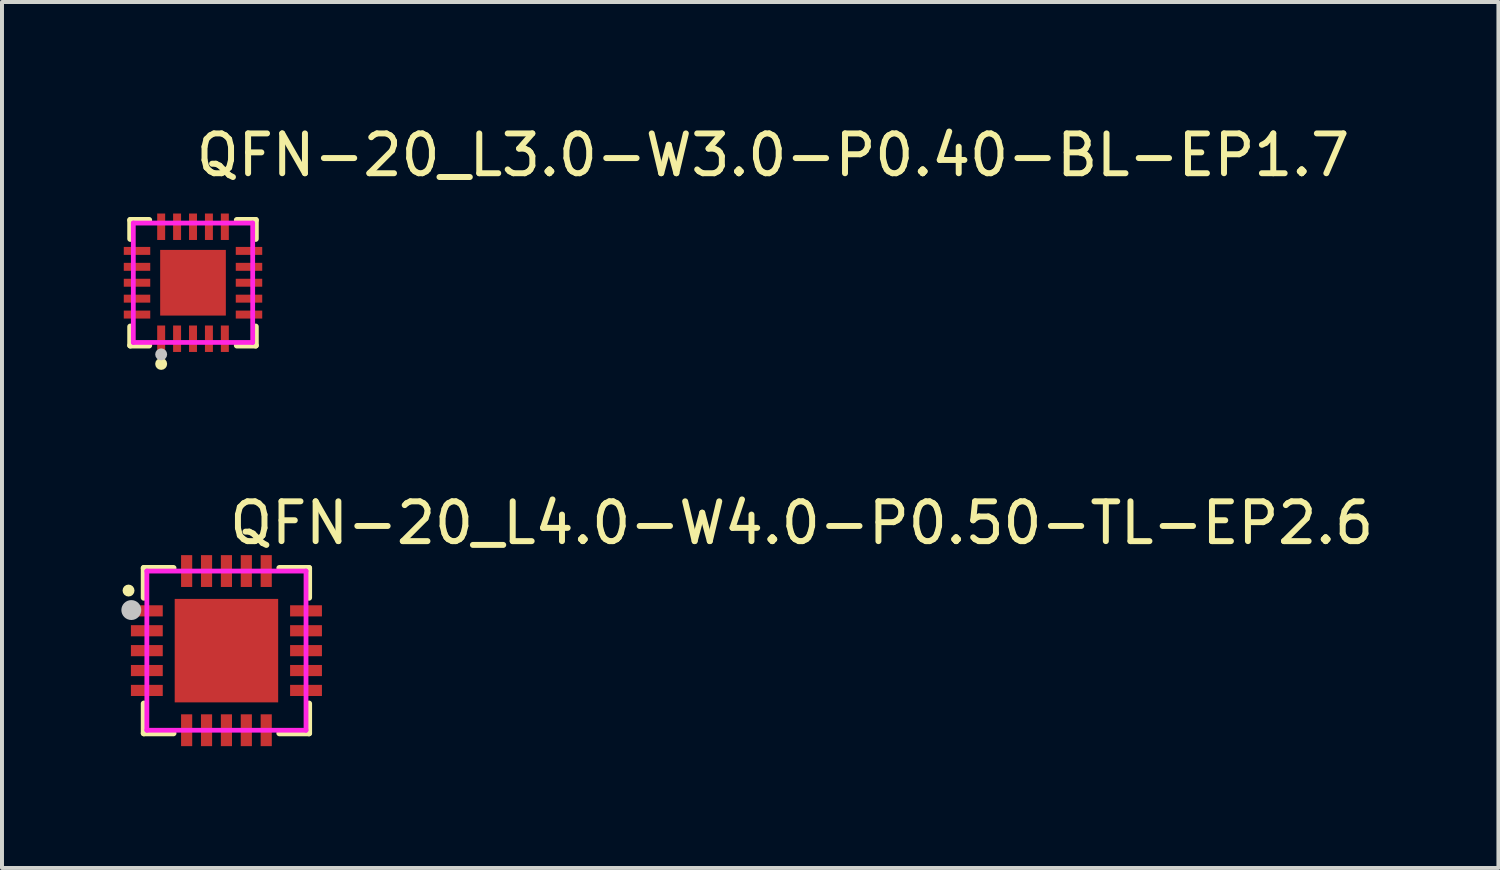
<source format=kicad_pcb>
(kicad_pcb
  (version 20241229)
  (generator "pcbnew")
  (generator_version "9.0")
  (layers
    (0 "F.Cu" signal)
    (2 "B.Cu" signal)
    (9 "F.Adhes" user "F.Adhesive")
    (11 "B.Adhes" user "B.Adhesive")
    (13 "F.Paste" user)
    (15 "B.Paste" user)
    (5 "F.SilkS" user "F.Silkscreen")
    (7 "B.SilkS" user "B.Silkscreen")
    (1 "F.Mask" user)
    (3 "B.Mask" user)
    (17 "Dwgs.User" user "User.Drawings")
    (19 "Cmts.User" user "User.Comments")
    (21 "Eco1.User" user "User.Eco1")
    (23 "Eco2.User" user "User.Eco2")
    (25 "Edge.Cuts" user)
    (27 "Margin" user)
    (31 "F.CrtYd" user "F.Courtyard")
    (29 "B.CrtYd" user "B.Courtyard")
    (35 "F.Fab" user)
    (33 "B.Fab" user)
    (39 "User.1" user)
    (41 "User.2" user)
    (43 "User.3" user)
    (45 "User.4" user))
  (footprint "QFN-20_L3.0-W3.0-P0.40-BL-EP1.7"
    (layer "F.Cu")
    (at 1.8 4.055)
    (property "Reference" "QFN-20_L3.0-W3.0-P0.40-BL-EP1.7" (at 0 -3.207 0) (layer "F.SilkS") (effects (font (size 1 1) (thickness 0.15)) (justify left)))
    (attr through_hole)
    (fp_line (start -1.576 -1.576) (end -1.103 -1.576) (stroke (width 0.152) (type solid)) (layer "F.SilkS"))
    (fp_line (start -1.576 -1.103) (end -1.576 -1.576) (stroke (width 0.152) (type solid)) (layer "F.SilkS"))
    (fp_line (start -1.576 1.103) (end -1.576 1.576) (stroke (width 0.152) (type solid)) (layer "F.SilkS"))
    (fp_line (start -1.576 1.576) (end -1.103 1.576) (stroke (width 0.152) (type solid)) (layer "F.SilkS"))
    (fp_line (start 1.576 -1.576) (end 1.103 -1.576) (stroke (width 0.152) (type solid)) (layer "F.SilkS"))
    (fp_line (start 1.576 -1.103) (end 1.576 -1.576) (stroke (width 0.152) (type solid)) (layer "F.SilkS"))
    (fp_line (start 1.576 1.103) (end 1.576 1.576) (stroke (width 0.152) (type solid)) (layer "F.SilkS"))
    (fp_line (start 1.576 1.576) (end 1.103 1.576) (stroke (width 0.152) (type solid)) (layer "F.SilkS"))
    (fp_circle (center -0.8 2.04) (end -0.725 2.04) (stroke (width 0.15) (type solid)) (fill no) (layer "F.SilkS"))
    (fp_poly (pts (xy -1.74 -0.9) (xy -1.075 -0.9) (xy -1.075 -0.7) (xy -1.74 -0.7)) (stroke (width 0.12) (type solid)) (fill yes) (layer "F.Paste"))
    (fp_poly (pts (xy -1.74 -0.5) (xy -1.075 -0.5) (xy -1.075 -0.3) (xy -1.74 -0.3)) (stroke (width 0.12) (type solid)) (fill yes) (layer "F.Paste"))
    (fp_poly (pts (xy -1.74 -0.1) (xy -1.075 -0.1) (xy -1.075 0.1) (xy -1.74 0.1)) (stroke (width 0.12) (type solid)) (fill yes) (layer "F.Paste"))
    (fp_poly (pts (xy -1.74 0.3) (xy -1.075 0.3) (xy -1.075 0.5) (xy -1.74 0.5)) (stroke (width 0.12) (type solid)) (fill yes) (layer "F.Paste"))
    (fp_poly (pts (xy -1.74 0.7) (xy -1.075 0.7) (xy -1.075 0.9) (xy -1.74 0.9)) (stroke (width 0.12) (type solid)) (fill yes) (layer "F.Paste"))
    (fp_poly (pts (xy -0.9 -1.74) (xy -0.7 -1.74) (xy -0.7 -1.075) (xy -0.9 -1.075)) (stroke (width 0.12) (type solid)) (fill yes) (layer "F.Paste"))
    (fp_poly (pts (xy -0.9 1.075) (xy -0.7 1.075) (xy -0.7 1.74) (xy -0.9 1.74)) (stroke (width 0.12) (type solid)) (fill yes) (layer "F.Paste"))
    (fp_poly (pts (xy -0.66 -0.66) (xy 0.66 -0.66) (xy 0.66 0.66) (xy -0.66 0.66)) (stroke (width 0.12) (type solid)) (fill yes) (layer "F.Paste"))
    (fp_poly (pts (xy -0.5 -1.74) (xy -0.3 -1.74) (xy -0.3 -1.075) (xy -0.5 -1.075)) (stroke (width 0.12) (type solid)) (fill yes) (layer "F.Paste"))
    (fp_poly (pts (xy -0.5 1.075) (xy -0.3 1.075) (xy -0.3 1.74) (xy -0.5 1.74)) (stroke (width 0.12) (type solid)) (fill yes) (layer "F.Paste"))
    (fp_poly (pts (xy -0.1 -1.74) (xy 0.1 -1.74) (xy 0.1 -1.075) (xy -0.1 -1.075)) (stroke (width 0.12) (type solid)) (fill yes) (layer "F.Paste"))
    (fp_poly (pts (xy -0.1 1.075) (xy 0.1 1.075) (xy 0.1 1.74) (xy -0.1 1.74)) (stroke (width 0.12) (type solid)) (fill yes) (layer "F.Paste"))
    (fp_poly (pts (xy 0.3 -1.74) (xy 0.5 -1.74) (xy 0.5 -1.075) (xy 0.3 -1.075)) (stroke (width 0.12) (type solid)) (fill yes) (layer "F.Paste"))
    (fp_poly (pts (xy 0.3 1.075) (xy 0.5 1.075) (xy 0.5 1.74) (xy 0.3 1.74)) (stroke (width 0.12) (type solid)) (fill yes) (layer "F.Paste"))
    (fp_poly (pts (xy 0.7 -1.74) (xy 0.9 -1.74) (xy 0.9 -1.075) (xy 0.7 -1.075)) (stroke (width 0.12) (type solid)) (fill yes) (layer "F.Paste"))
    (fp_poly (pts (xy 0.7 1.075) (xy 0.9 1.075) (xy 0.9 1.74) (xy 0.7 1.74)) (stroke (width 0.12) (type solid)) (fill yes) (layer "F.Paste"))
    (fp_poly (pts (xy 1.075 -0.9) (xy 1.74 -0.9) (xy 1.74 -0.7) (xy 1.075 -0.7)) (stroke (width 0.12) (type solid)) (fill yes) (layer "F.Paste"))
    (fp_poly (pts (xy 1.075 -0.5) (xy 1.74 -0.5) (xy 1.74 -0.3) (xy 1.075 -0.3)) (stroke (width 0.12) (type solid)) (fill yes) (layer "F.Paste"))
    (fp_poly (pts (xy 1.075 -0.1) (xy 1.74 -0.1) (xy 1.74 0.1) (xy 1.075 0.1)) (stroke (width 0.12) (type solid)) (fill yes) (layer "F.Paste"))
    (fp_poly (pts (xy 1.075 0.3) (xy 1.74 0.3) (xy 1.74 0.5) (xy 1.075 0.5)) (stroke (width 0.12) (type solid)) (fill yes) (layer "F.Paste"))
    (fp_poly (pts (xy 1.075 0.7) (xy 1.74 0.7) (xy 1.74 0.9) (xy 1.075 0.9)) (stroke (width 0.12) (type solid)) (fill yes) (layer "F.Paste"))
    (fp_circle (center -0.8 1.8) (end -0.725 1.8) (stroke (width 0.15) (type solid)) (fill no) (layer "Dwgs.User"))
    (fp_circle (center -1.5 1.5) (end -1.47 1.5) (stroke (width 0.06) (type solid)) (fill no) (layer "Eco2.User"))
    (fp_poly (pts (xy -1.1 -0.7) (xy -1.1 -0.9) (xy -1.5 -0.9) (xy -1.5 -0.7)) (stroke (width 0.12) (type solid)) (fill no) (layer "Eco2.User"))
    (fp_poly (pts (xy -1.1 -0.3) (xy -1.1 -0.5) (xy -1.5 -0.5) (xy -1.5 -0.3)) (stroke (width 0.12) (type solid)) (fill no) (layer "Eco2.User"))
    (fp_poly (pts (xy -1.1 0.1) (xy -1.1 -0.1) (xy -1.5 -0.1) (xy -1.5 0.1)) (stroke (width 0.12) (type solid)) (fill no) (layer "Eco2.User"))
    (fp_poly (pts (xy -1.1 0.5) (xy -1.1 0.3) (xy -1.5 0.3) (xy -1.5 0.5)) (stroke (width 0.12) (type solid)) (fill no) (layer "Eco2.User"))
    (fp_poly (pts (xy -1.1 0.9) (xy -1.1 0.7) (xy -1.5 0.7) (xy -1.5 0.9)) (stroke (width 0.12) (type solid)) (fill no) (layer "Eco2.User"))
    (fp_poly (pts (xy -0.9 -1.5) (xy -0.9 -1.1) (xy -0.7 -1.1) (xy -0.7 -1.5)) (stroke (width 0.12) (type solid)) (fill no) (layer "Eco2.User"))
    (fp_poly (pts (xy -0.9 1.5) (xy -0.9 1.1) (xy -0.7 1.1) (xy -0.7 1.5)) (stroke (width 0.12) (type solid)) (fill no) (layer "Eco2.User"))
    (fp_poly (pts (xy -0.5 -1.5) (xy -0.5 -1.1) (xy -0.3 -1.1) (xy -0.3 -1.5)) (stroke (width 0.12) (type solid)) (fill no) (layer "Eco2.User"))
    (fp_poly (pts (xy -0.5 1.5) (xy -0.5 1.1) (xy -0.3 1.1) (xy -0.3 1.5)) (stroke (width 0.12) (type solid)) (fill no) (layer "Eco2.User"))
    (fp_poly (pts (xy -0.1 -1.5) (xy -0.1 -1.1) (xy 0.1 -1.1) (xy 0.1 -1.5)) (stroke (width 0.12) (type solid)) (fill no) (layer "Eco2.User"))
    (fp_poly (pts (xy -0.1 1.5) (xy -0.1 1.1) (xy 0.1 1.1) (xy 0.1 1.5)) (stroke (width 0.12) (type solid)) (fill no) (layer "Eco2.User"))
    (fp_poly (pts (xy 0.3 -1.5) (xy 0.3 -1.1) (xy 0.5 -1.1) (xy 0.5 -1.5)) (stroke (width 0.12) (type solid)) (fill no) (layer "Eco2.User"))
    (fp_poly (pts (xy 0.3 1.5) (xy 0.3 1.1) (xy 0.5 1.1) (xy 0.5 1.5)) (stroke (width 0.12) (type solid)) (fill no) (layer "Eco2.User"))
    (fp_poly (pts (xy 0.7 -1.5) (xy 0.7 -1.1) (xy 0.9 -1.1) (xy 0.9 -1.5)) (stroke (width 0.12) (type solid)) (fill no) (layer "Eco2.User"))
    (fp_poly (pts (xy 0.7 1.5) (xy 0.7 1.1) (xy 0.9 1.1) (xy 0.9 1.5)) (stroke (width 0.12) (type solid)) (fill no) (layer "Eco2.User"))
    (fp_poly (pts (xy 1.1 -0.7) (xy 1.1 -0.9) (xy 1.5 -0.9) (xy 1.5 -0.7)) (stroke (width 0.12) (type solid)) (fill no) (layer "Eco2.User"))
    (fp_poly (pts (xy 1.1 -0.3) (xy 1.1 -0.5) (xy 1.5 -0.5) (xy 1.5 -0.3)) (stroke (width 0.12) (type solid)) (fill no) (layer "Eco2.User"))
    (fp_poly (pts (xy 1.1 0.1) (xy 1.1 -0.1) (xy 1.5 -0.1) (xy 1.5 0.1)) (stroke (width 0.12) (type solid)) (fill no) (layer "Eco2.User"))
    (fp_poly (pts (xy 1.1 0.5) (xy 1.1 0.3) (xy 1.5 0.3) (xy 1.5 0.5)) (stroke (width 0.12) (type solid)) (fill no) (layer "Eco2.User"))
    (fp_poly (pts (xy 1.1 0.9) (xy 1.1 0.7) (xy 1.5 0.7) (xy 1.5 0.9)) (stroke (width 0.12) (type solid)) (fill no) (layer "Eco2.User"))
    (fp_poly (pts (xy -0.825 0.6) (xy -0.825 -0.825) (xy 0.825 -0.825) (xy 0.825 0.825) (xy -0.6 0.82)) (stroke (width 0.12) (type solid)) (fill no) (layer "Eco2.User"))
    (fp_line (start -1.5 -1.5) (end 1.5 -1.5) (stroke (width 0.12) (type solid)) (layer "F.CrtYd"))
    (fp_line (start -1.5 1.5) (end -1.5 -1.5) (stroke (width 0.12) (type solid)) (layer "F.CrtYd"))
    (fp_line (start 1.5 -1.5) (end 1.5 1.5) (stroke (width 0.12) (type solid)) (layer "F.CrtYd"))
    (fp_line (start 1.5 1.5) (end -1.5 1.5) (stroke (width 0.12) (type solid)) (layer "F.CrtYd"))
    (pad "1" smd rect (at -0.8 1.407) (size 0.2 0.665) (layers "F.Cu" "F.Mask" "F.Paste"))
    (pad "2" smd rect (at -0.4 1.407) (size 0.2 0.665) (layers "F.Cu" "F.Mask" "F.Paste"))
    (pad "3" smd rect (at 0 1.407) (size 0.2 0.665) (layers "F.Cu" "F.Mask" "F.Paste"))
    (pad "4" smd rect (at 0.4 1.407) (size 0.2 0.665) (layers "F.Cu" "F.Mask" "F.Paste"))
    (pad "5" smd rect (at 0.8 1.407) (size 0.2 0.665) (layers "F.Cu" "F.Mask" "F.Paste"))
    (pad "6" smd rect (at 1.407 0.8) (size 0.665 0.2) (layers "F.Cu" "F.Mask" "F.Paste"))
    (pad "7" smd rect (at 1.407 0.4) (size 0.665 0.2) (layers "F.Cu" "F.Mask" "F.Paste"))
    (pad "8" smd rect (at 1.407 0) (size 0.665 0.2) (layers "F.Cu" "F.Mask" "F.Paste"))
    (pad "9" smd rect (at 1.407 -0.4) (size 0.665 0.2) (layers "F.Cu" "F.Mask" "F.Paste"))
    (pad "10" smd rect (at 1.407 -0.8) (size 0.665 0.2) (layers "F.Cu" "F.Mask" "F.Paste"))
    (pad "11" smd rect (at 0.8 -1.407) (size 0.2 0.665) (layers "F.Cu" "F.Mask" "F.Paste"))
    (pad "12" smd rect (at 0.4 -1.407) (size 0.2 0.665) (layers "F.Cu" "F.Mask" "F.Paste"))
    (pad "13" smd rect (at 0 -1.407) (size 0.2 0.665) (layers "F.Cu" "F.Mask" "F.Paste"))
    (pad "14" smd rect (at -0.4 -1.407) (size 0.2 0.665) (layers "F.Cu" "F.Mask" "F.Paste"))
    (pad "15" smd rect (at -0.8 -1.407) (size 0.2 0.665) (layers "F.Cu" "F.Mask" "F.Paste"))
    (pad "16" smd rect (at -1.407 -0.8) (size 0.665 0.2) (layers "F.Cu" "F.Mask" "F.Paste"))
    (pad "17" smd rect (at -1.407 -0.4) (size 0.665 0.2) (layers "F.Cu" "F.Mask" "F.Paste"))
    (pad "18" smd rect (at -1.407 0) (size 0.665 0.2) (layers "F.Cu" "F.Mask" "F.Paste"))
    (pad "19" smd rect (at -1.407 0.4) (size 0.665 0.2) (layers "F.Cu" "F.Mask" "F.Paste"))
    (pad "20" smd rect (at -1.407 0.8) (size 0.665 0.2) (layers "F.Cu" "F.Mask" "F.Paste"))
    (pad "21" smd rect (at 0 0) (size 1.65 1.65) (layers "F.Cu" "F.Mask" "F.Paste")))
  (footprint "QFN-20_L4.0-W4.0-P0.50-TL-EP2.6"
    (layer "F.Cu")
    (at 2.64 13.3)
    (property "Reference" "QFN-20_L4.0-W4.0-P0.50-TL-EP2.6" (at 0 -3.207 0) (layer "F.SilkS") (effects (font (size 1 1) (thickness 0.15)) (justify left)))
    (attr through_hole)
    (fp_line (start -2.076 -2.076) (end -2.076 -1.331) (stroke (width 0.152) (type solid)) (layer "F.SilkS"))
    (fp_line (start -2.076 2.076) (end -2.076 1.331) (stroke (width 0.152) (type solid)) (layer "F.SilkS"))
    (fp_line (start -1.331 -2.076) (end -2.076 -2.076) (stroke (width 0.152) (type solid)) (layer "F.SilkS"))
    (fp_line (start -1.331 2.076) (end -2.076 2.076) (stroke (width 0.152) (type solid)) (layer "F.SilkS"))
    (fp_line (start 1.331 -2.076) (end 2.076 -2.076) (stroke (width 0.152) (type solid)) (layer "F.SilkS"))
    (fp_line (start 1.331 2.076) (end 2.076 2.076) (stroke (width 0.152) (type solid)) (layer "F.SilkS"))
    (fp_line (start 2.076 -2.076) (end 2.076 -1.331) (stroke (width 0.152) (type solid)) (layer "F.SilkS"))
    (fp_line (start 2.076 2.076) (end 2.076 1.331) (stroke (width 0.152) (type solid)) (layer "F.SilkS"))
    (fp_circle (center -2.46 -1.51) (end -2.385 -1.51) (stroke (width 0.15) (type solid)) (fill no) (layer "F.SilkS"))
    (fp_poly (pts (xy -2.4 -1.14) (xy -1.6 -1.14) (xy -1.6 -0.86) (xy -2.4 -0.86)) (stroke (width 0.12) (type solid)) (fill yes) (layer "F.Paste"))
    (fp_poly (pts (xy -2.4 -0.64) (xy -1.6 -0.64) (xy -1.6 -0.36) (xy -2.4 -0.36)) (stroke (width 0.12) (type solid)) (fill yes) (layer "F.Paste"))
    (fp_poly (pts (xy -2.4 -0.14) (xy -1.6 -0.14) (xy -1.6 0.14) (xy -2.4 0.14)) (stroke (width 0.12) (type solid)) (fill yes) (layer "F.Paste"))
    (fp_poly (pts (xy -2.4 0.36) (xy -1.6 0.36) (xy -1.6 0.64) (xy -2.4 0.64)) (stroke (width 0.12) (type solid)) (fill yes) (layer "F.Paste"))
    (fp_poly (pts (xy -2.4 0.86) (xy -1.6 0.86) (xy -1.6 1.14) (xy -2.4 1.14)) (stroke (width 0.12) (type solid)) (fill yes) (layer "F.Paste"))
    (fp_poly (pts (xy -1.14 -2.4) (xy -0.86 -2.4) (xy -0.86 -1.6) (xy -1.14 -1.6)) (stroke (width 0.12) (type solid)) (fill yes) (layer "F.Paste"))
    (fp_poly (pts (xy -1.14 1.6) (xy -0.86 1.6) (xy -0.86 2.4) (xy -1.14 2.4)) (stroke (width 0.12) (type solid)) (fill yes) (layer "F.Paste"))
    (fp_poly (pts (xy -1.04 -1.04) (xy 1.04 -1.04) (xy 1.04 1.04) (xy -1.04 1.04)) (stroke (width 0.12) (type solid)) (fill yes) (layer "F.Paste"))
    (fp_poly (pts (xy -0.64 -2.4) (xy -0.36 -2.4) (xy -0.36 -1.6) (xy -0.64 -1.6)) (stroke (width 0.12) (type solid)) (fill yes) (layer "F.Paste"))
    (fp_poly (pts (xy -0.64 1.6) (xy -0.36 1.6) (xy -0.36 2.4) (xy -0.64 2.4)) (stroke (width 0.12) (type solid)) (fill yes) (layer "F.Paste"))
    (fp_poly (pts (xy -0.14 -2.4) (xy 0.14 -2.4) (xy 0.14 -1.6) (xy -0.14 -1.6)) (stroke (width 0.12) (type solid)) (fill yes) (layer "F.Paste"))
    (fp_poly (pts (xy -0.14 1.6) (xy 0.14 1.6) (xy 0.14 2.4) (xy -0.14 2.4)) (stroke (width 0.12) (type solid)) (fill yes) (layer "F.Paste"))
    (fp_poly (pts (xy 0.36 -2.4) (xy 0.64 -2.4) (xy 0.64 -1.6) (xy 0.36 -1.6)) (stroke (width 0.12) (type solid)) (fill yes) (layer "F.Paste"))
    (fp_poly (pts (xy 0.36 1.6) (xy 0.64 1.6) (xy 0.64 2.4) (xy 0.36 2.4)) (stroke (width 0.12) (type solid)) (fill yes) (layer "F.Paste"))
    (fp_poly (pts (xy 0.86 -2.4) (xy 1.14 -2.4) (xy 1.14 -1.6) (xy 0.86 -1.6)) (stroke (width 0.12) (type solid)) (fill yes) (layer "F.Paste"))
    (fp_poly (pts (xy 0.86 1.6) (xy 1.14 1.6) (xy 1.14 2.4) (xy 0.86 2.4)) (stroke (width 0.12) (type solid)) (fill yes) (layer "F.Paste"))
    (fp_poly (pts (xy 1.6 -1.14) (xy 2.4 -1.14) (xy 2.4 -0.86) (xy 1.6 -0.86)) (stroke (width 0.12) (type solid)) (fill yes) (layer "F.Paste"))
    (fp_poly (pts (xy 1.6 -0.64) (xy 2.4 -0.64) (xy 2.4 -0.36) (xy 1.6 -0.36)) (stroke (width 0.12) (type solid)) (fill yes) (layer "F.Paste"))
    (fp_poly (pts (xy 1.6 -0.14) (xy 2.4 -0.14) (xy 2.4 0.14) (xy 1.6 0.14)) (stroke (width 0.12) (type solid)) (fill yes) (layer "F.Paste"))
    (fp_poly (pts (xy 1.6 0.36) (xy 2.4 0.36) (xy 2.4 0.64) (xy 1.6 0.64)) (stroke (width 0.12) (type solid)) (fill yes) (layer "F.Paste"))
    (fp_poly (pts (xy 1.6 0.86) (xy 2.4 0.86) (xy 2.4 1.14) (xy 1.6 1.14)) (stroke (width 0.12) (type solid)) (fill yes) (layer "F.Paste"))
    (fp_circle (center -2.39 -1.02) (end -2.265 -1.02) (stroke (width 0.25) (type solid)) (fill no) (layer "Dwgs.User"))
    (fp_circle (center -2 -2) (end -1.97 -2) (stroke (width 0.06) (type solid)) (fill no) (layer "Eco2.User"))
    (fp_poly (pts (xy -2 -1.12) (xy -1.6 -1.12) (xy -1.6 -0.88) (xy -2 -0.88)) (stroke (width 0.12) (type solid)) (fill no) (layer "Eco2.User"))
    (fp_poly (pts (xy -2 -0.62) (xy -1.6 -0.62) (xy -1.6 -0.38) (xy -2 -0.38)) (stroke (width 0.12) (type solid)) (fill no) (layer "Eco2.User"))
    (fp_poly (pts (xy -2 -0.12) (xy -1.6 -0.12) (xy -1.6 0.12) (xy -2 0.12)) (stroke (width 0.12) (type solid)) (fill no) (layer "Eco2.User"))
    (fp_poly (pts (xy -2 0.38) (xy -1.6 0.38) (xy -1.6 0.62) (xy -2 0.62)) (stroke (width 0.12) (type solid)) (fill no) (layer "Eco2.User"))
    (fp_poly (pts (xy -2 0.88) (xy -1.6 0.88) (xy -1.6 1.12) (xy -2 1.12)) (stroke (width 0.12) (type solid)) (fill no) (layer "Eco2.User"))
    (fp_poly (pts (xy -1.3 -1.3) (xy 1.3 -1.3) (xy 1.3 1.3) (xy -1.3 1.3)) (stroke (width 0.12) (type solid)) (fill no) (layer "Eco2.User"))
    (fp_poly (pts (xy -1.12 -1.6) (xy -0.88 -1.6) (xy -0.88 -2) (xy -1.12 -2)) (stroke (width 0.12) (type solid)) (fill no) (layer "Eco2.User"))
    (fp_poly (pts (xy -1.12 1.6) (xy -0.88 1.6) (xy -0.88 2) (xy -1.12 2)) (stroke (width 0.12) (type solid)) (fill no) (layer "Eco2.User"))
    (fp_poly (pts (xy -0.62 -1.6) (xy -0.38 -1.6) (xy -0.38 -2) (xy -0.62 -2)) (stroke (width 0.12) (type solid)) (fill no) (layer "Eco2.User"))
    (fp_poly (pts (xy -0.62 1.6) (xy -0.38 1.6) (xy -0.38 2) (xy -0.62 2)) (stroke (width 0.12) (type solid)) (fill no) (layer "Eco2.User"))
    (fp_poly (pts (xy -0.12 -1.6) (xy 0.12 -1.6) (xy 0.12 -2) (xy -0.12 -2)) (stroke (width 0.12) (type solid)) (fill no) (layer "Eco2.User"))
    (fp_poly (pts (xy -0.12 1.6) (xy 0.12 1.6) (xy 0.12 2) (xy -0.12 2)) (stroke (width 0.12) (type solid)) (fill no) (layer "Eco2.User"))
    (fp_poly (pts (xy 0.38 -1.6) (xy 0.62 -1.6) (xy 0.62 -2) (xy 0.38 -2)) (stroke (width 0.12) (type solid)) (fill no) (layer "Eco2.User"))
    (fp_poly (pts (xy 0.38 1.6) (xy 0.62 1.6) (xy 0.62 2) (xy 0.38 2)) (stroke (width 0.12) (type solid)) (fill no) (layer "Eco2.User"))
    (fp_poly (pts (xy 0.88 -1.6) (xy 1.12 -1.6) (xy 1.12 -2) (xy 0.88 -2)) (stroke (width 0.12) (type solid)) (fill no) (layer "Eco2.User"))
    (fp_poly (pts (xy 0.88 1.6) (xy 1.12 1.6) (xy 1.12 2) (xy 0.88 2)) (stroke (width 0.12) (type solid)) (fill no) (layer "Eco2.User"))
    (fp_poly (pts (xy 2 -1.12) (xy 1.6 -1.12) (xy 1.6 -0.88) (xy 2 -0.88)) (stroke (width 0.12) (type solid)) (fill no) (layer "Eco2.User"))
    (fp_poly (pts (xy 2 -0.62) (xy 1.6 -0.62) (xy 1.6 -0.38) (xy 2 -0.38)) (stroke (width 0.12) (type solid)) (fill no) (layer "Eco2.User"))
    (fp_poly (pts (xy 2 -0.12) (xy 1.6 -0.12) (xy 1.6 0.12) (xy 2 0.12)) (stroke (width 0.12) (type solid)) (fill no) (layer "Eco2.User"))
    (fp_poly (pts (xy 2 0.38) (xy 1.6 0.38) (xy 1.6 0.62) (xy 2 0.62)) (stroke (width 0.12) (type solid)) (fill no) (layer "Eco2.User"))
    (fp_poly (pts (xy 2 0.88) (xy 1.6 0.88) (xy 1.6 1.12) (xy 2 1.12)) (stroke (width 0.12) (type solid)) (fill no) (layer "Eco2.User"))
    (fp_line (start -2 -2) (end 2 -2) (stroke (width 0.12) (type solid)) (layer "F.CrtYd"))
    (fp_line (start -2 2) (end -2 -2) (stroke (width 0.12) (type solid)) (layer "F.CrtYd"))
    (fp_line (start 2 -2) (end 2 2) (stroke (width 0.12) (type solid)) (layer "F.CrtYd"))
    (fp_line (start 2 2) (end -2 2) (stroke (width 0.12) (type solid)) (layer "F.CrtYd"))
    (pad "1" smd rect (at -2 -1) (size 0.8 0.28) (layers "F.Cu" "F.Mask" "F.Paste"))
    (pad "2" smd rect (at -2 -0.5) (size 0.8 0.28) (layers "F.Cu" "F.Mask" "F.Paste"))
    (pad "3" smd rect (at -2 0) (size 0.8 0.28) (layers "F.Cu" "F.Mask" "F.Paste"))
    (pad "4" smd rect (at -2 0.5) (size 0.8 0.28) (layers "F.Cu" "F.Mask" "F.Paste"))
    (pad "5" smd rect (at -2 1) (size 0.8 0.28) (layers "F.Cu" "F.Mask" "F.Paste"))
    (pad "6" smd rect (at -1 2) (size 0.28 0.8) (layers "F.Cu" "F.Mask" "F.Paste"))
    (pad "7" smd rect (at -0.5 2) (size 0.28 0.8) (layers "F.Cu" "F.Mask" "F.Paste"))
    (pad "8" smd rect (at 0 2) (size 0.28 0.8) (layers "F.Cu" "F.Mask" "F.Paste"))
    (pad "9" smd rect (at 0.5 2) (size 0.28 0.8) (layers "F.Cu" "F.Mask" "F.Paste"))
    (pad "10" smd rect (at 1 2) (size 0.28 0.8) (layers "F.Cu" "F.Mask" "F.Paste"))
    (pad "11" smd rect (at 2 1) (size 0.8 0.28) (layers "F.Cu" "F.Mask" "F.Paste"))
    (pad "12" smd rect (at 2 0.5) (size 0.8 0.28) (layers "F.Cu" "F.Mask" "F.Paste"))
    (pad "13" smd rect (at 2 0) (size 0.8 0.28) (layers "F.Cu" "F.Mask" "F.Paste"))
    (pad "14" smd rect (at 2 -0.5) (size 0.8 0.28) (layers "F.Cu" "F.Mask" "F.Paste"))
    (pad "15" smd rect (at 2 -1) (size 0.8 0.28) (layers "F.Cu" "F.Mask" "F.Paste"))
    (pad "16" smd rect (at 1 -2) (size 0.28 0.8) (layers "F.Cu" "F.Mask" "F.Paste"))
    (pad "17" smd rect (at 0.5 -2) (size 0.28 0.8) (layers "F.Cu" "F.Mask" "F.Paste"))
    (pad "18" smd rect (at 0 -2) (size 0.28 0.8) (layers "F.Cu" "F.Mask" "F.Paste"))
    (pad "19" smd rect (at -0.5 -2) (size 0.28 0.8) (layers "F.Cu" "F.Mask" "F.Paste"))
    (pad "20" smd rect (at -1 -2) (size 0.28 0.8) (layers "F.Cu" "F.Mask" "F.Paste"))
    (pad "21" smd rect (at 0 0) (size 2.6 2.6) (layers "F.Cu" "F.Mask" "F.Paste")))
  (gr_rect
    (start -3 -3)
    (end 34.604 18.761)
    (stroke (width 0.1) (type default))
    (fill no)
    (layer "Edge.Cuts")))
</source>
